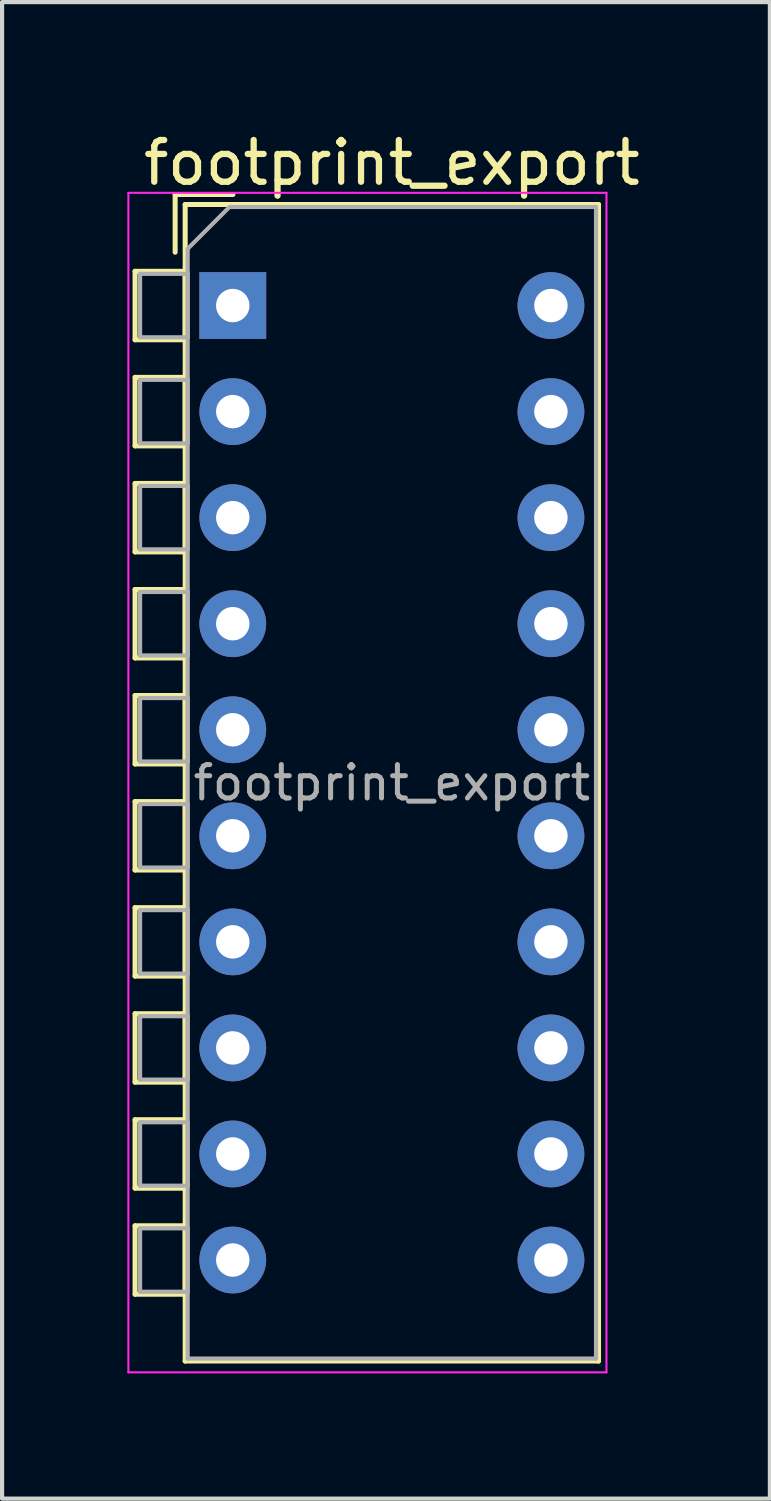
<source format=kicad_pcb>
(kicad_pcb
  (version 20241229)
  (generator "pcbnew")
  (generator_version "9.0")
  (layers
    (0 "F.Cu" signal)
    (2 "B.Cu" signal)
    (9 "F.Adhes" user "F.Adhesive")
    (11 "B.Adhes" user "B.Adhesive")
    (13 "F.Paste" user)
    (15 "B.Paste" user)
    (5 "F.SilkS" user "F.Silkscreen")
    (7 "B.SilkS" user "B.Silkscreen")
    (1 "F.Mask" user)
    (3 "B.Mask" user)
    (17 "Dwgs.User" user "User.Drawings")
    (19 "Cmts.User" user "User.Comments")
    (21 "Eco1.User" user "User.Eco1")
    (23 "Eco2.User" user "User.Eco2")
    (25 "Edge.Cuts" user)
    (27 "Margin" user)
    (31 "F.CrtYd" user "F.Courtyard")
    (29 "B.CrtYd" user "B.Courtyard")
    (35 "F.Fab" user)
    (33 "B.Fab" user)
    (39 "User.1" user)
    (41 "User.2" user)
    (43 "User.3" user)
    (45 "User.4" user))
  (footprint "footprint_export"
    (layer "F.Cu")
    (at 2.525 4.268)
    (property "Reference" "footprint_export" (at 3.81 -3.42 0) (layer "F.SilkS") (effects (font (size 1 1) (thickness 0.15))))
    (attr through_hole)
    (fp_line (start -2.34 -0.82) (end -2.34 0.82) (stroke (width 0.12) (type solid)) (layer "F.SilkS"))
    (fp_line (start -2.34 -0.82) (end -1.14 -0.82) (stroke (width 0.12) (type solid)) (layer "F.SilkS"))
    (fp_line (start -2.34 0.82) (end -1.14 0.82) (stroke (width 0.12) (type solid)) (layer "F.SilkS"))
    (fp_line (start -2.34 1.72) (end -2.34 3.361) (stroke (width 0.12) (type solid)) (layer "F.SilkS"))
    (fp_line (start -2.34 1.72) (end -1.14 1.72) (stroke (width 0.12) (type solid)) (layer "F.SilkS"))
    (fp_line (start -2.34 3.361) (end -1.14 3.361) (stroke (width 0.12) (type solid)) (layer "F.SilkS"))
    (fp_line (start -2.34 4.261) (end -2.34 5.9) (stroke (width 0.12) (type solid)) (layer "F.SilkS"))
    (fp_line (start -2.34 4.261) (end -1.14 4.261) (stroke (width 0.12) (type solid)) (layer "F.SilkS"))
    (fp_line (start -2.34 5.9) (end -1.14 5.9) (stroke (width 0.12) (type solid)) (layer "F.SilkS"))
    (fp_line (start -2.34 6.801) (end -2.34 8.441) (stroke (width 0.12) (type solid)) (layer "F.SilkS"))
    (fp_line (start -2.34 6.801) (end -1.14 6.801) (stroke (width 0.12) (type solid)) (layer "F.SilkS"))
    (fp_line (start -2.34 8.441) (end -1.14 8.441) (stroke (width 0.12) (type solid)) (layer "F.SilkS"))
    (fp_line (start -2.34 9.34) (end -2.34 10.98) (stroke (width 0.12) (type solid)) (layer "F.SilkS"))
    (fp_line (start -2.34 9.34) (end -1.14 9.34) (stroke (width 0.12) (type solid)) (layer "F.SilkS"))
    (fp_line (start -2.34 10.98) (end -1.14 10.98) (stroke (width 0.12) (type solid)) (layer "F.SilkS"))
    (fp_line (start -2.34 11.88) (end -2.34 13.52) (stroke (width 0.12) (type solid)) (layer "F.SilkS"))
    (fp_line (start -2.34 11.88) (end -1.14 11.88) (stroke (width 0.12) (type solid)) (layer "F.SilkS"))
    (fp_line (start -2.34 13.52) (end -1.14 13.52) (stroke (width 0.12) (type solid)) (layer "F.SilkS"))
    (fp_line (start -2.34 14.42) (end -2.34 16.06) (stroke (width 0.12) (type solid)) (layer "F.SilkS"))
    (fp_line (start -2.34 14.42) (end -1.14 14.42) (stroke (width 0.12) (type solid)) (layer "F.SilkS"))
    (fp_line (start -2.34 16.06) (end -1.14 16.06) (stroke (width 0.12) (type solid)) (layer "F.SilkS"))
    (fp_line (start -2.34 16.96) (end -2.34 18.6) (stroke (width 0.12) (type solid)) (layer "F.SilkS"))
    (fp_line (start -2.34 16.96) (end -1.14 16.96) (stroke (width 0.12) (type solid)) (layer "F.SilkS"))
    (fp_line (start -2.34 18.6) (end -1.14 18.6) (stroke (width 0.12) (type solid)) (layer "F.SilkS"))
    (fp_line (start -2.34 19.5) (end -2.34 21.14) (stroke (width 0.12) (type solid)) (layer "F.SilkS"))
    (fp_line (start -2.34 19.5) (end -1.14 19.5) (stroke (width 0.12) (type solid)) (layer "F.SilkS"))
    (fp_line (start -2.34 21.14) (end -1.14 21.14) (stroke (width 0.12) (type solid)) (layer "F.SilkS"))
    (fp_line (start -2.34 22.04) (end -2.34 23.68) (stroke (width 0.12) (type solid)) (layer "F.SilkS"))
    (fp_line (start -2.34 22.04) (end -1.14 22.04) (stroke (width 0.12) (type solid)) (layer "F.SilkS"))
    (fp_line (start -2.34 23.68) (end -1.14 23.68) (stroke (width 0.12) (type solid)) (layer "F.SilkS"))
    (fp_line (start -1.38 -2.66) (end -1.38 -1.277) (stroke (width 0.12) (type solid)) (layer "F.SilkS"))
    (fp_line (start -1.38 -2.66) (end 0.004 -2.66) (stroke (width 0.12) (type solid)) (layer "F.SilkS"))
    (fp_line (start -1.14 -2.42) (end -1.14 25.28) (stroke (width 0.12) (type solid)) (layer "F.SilkS"))
    (fp_line (start -1.14 -2.42) (end 8.76 -2.42) (stroke (width 0.12) (type solid)) (layer "F.SilkS"))
    (fp_line (start -1.14 -0.82) (end -1.14 0.82) (stroke (width 0.12) (type solid)) (layer "F.SilkS"))
    (fp_line (start -1.14 1.72) (end -1.14 3.361) (stroke (width 0.12) (type solid)) (layer "F.SilkS"))
    (fp_line (start -1.14 4.261) (end -1.14 5.9) (stroke (width 0.12) (type solid)) (layer "F.SilkS"))
    (fp_line (start -1.14 6.801) (end -1.14 8.441) (stroke (width 0.12) (type solid)) (layer "F.SilkS"))
    (fp_line (start -1.14 9.34) (end -1.14 10.98) (stroke (width 0.12) (type solid)) (layer "F.SilkS"))
    (fp_line (start -1.14 11.88) (end -1.14 13.52) (stroke (width 0.12) (type solid)) (layer "F.SilkS"))
    (fp_line (start -1.14 14.42) (end -1.14 16.06) (stroke (width 0.12) (type solid)) (layer "F.SilkS"))
    (fp_line (start -1.14 16.96) (end -1.14 18.6) (stroke (width 0.12) (type solid)) (layer "F.SilkS"))
    (fp_line (start -1.14 19.5) (end -1.14 21.14) (stroke (width 0.12) (type solid)) (layer "F.SilkS"))
    (fp_line (start -1.14 22.04) (end -1.14 23.68) (stroke (width 0.12) (type solid)) (layer "F.SilkS"))
    (fp_line (start -1.14 25.28) (end 8.76 25.28) (stroke (width 0.12) (type solid)) (layer "F.SilkS"))
    (fp_line (start 8.76 -2.42) (end 8.76 25.28) (stroke (width 0.12) (type solid)) (layer "F.SilkS"))
    (fp_line (start -2.5 -2.7) (end -2.5 25.55) (stroke (width 0.05) (type solid)) (layer "F.CrtYd"))
    (fp_line (start -2.5 25.55) (end 8.95 25.55) (stroke (width 0.05) (type solid)) (layer "F.CrtYd"))
    (fp_line (start 8.95 -2.7) (end -2.5 -2.7) (stroke (width 0.05) (type solid)) (layer "F.CrtYd"))
    (fp_line (start 8.95 25.55) (end 8.95 -2.7) (stroke (width 0.05) (type solid)) (layer "F.CrtYd"))
    (fp_line (start -2.22 -0.76) (end -1.08 -0.76) (stroke (width 0.1) (type solid)) (layer "F.Fab"))
    (fp_line (start -2.22 0.76) (end -2.22 -0.76) (stroke (width 0.1) (type solid)) (layer "F.Fab"))
    (fp_line (start -2.22 1.78) (end -1.08 1.78) (stroke (width 0.1) (type solid)) (layer "F.Fab"))
    (fp_line (start -2.22 3.3) (end -2.22 1.78) (stroke (width 0.1) (type solid)) (layer "F.Fab"))
    (fp_line (start -2.22 4.32) (end -1.08 4.32) (stroke (width 0.1) (type solid)) (layer "F.Fab"))
    (fp_line (start -2.22 5.84) (end -2.22 4.32) (stroke (width 0.1) (type solid)) (layer "F.Fab"))
    (fp_line (start -2.22 6.86) (end -1.08 6.86) (stroke (width 0.1) (type solid)) (layer "F.Fab"))
    (fp_line (start -2.22 8.38) (end -2.22 6.86) (stroke (width 0.1) (type solid)) (layer "F.Fab"))
    (fp_line (start -2.22 9.4) (end -1.08 9.4) (stroke (width 0.1) (type solid)) (layer "F.Fab"))
    (fp_line (start -2.22 10.92) (end -2.22 9.4) (stroke (width 0.1) (type solid)) (layer "F.Fab"))
    (fp_line (start -2.22 11.94) (end -1.08 11.94) (stroke (width 0.1) (type solid)) (layer "F.Fab"))
    (fp_line (start -2.22 13.46) (end -2.22 11.94) (stroke (width 0.1) (type solid)) (layer "F.Fab"))
    (fp_line (start -2.22 14.48) (end -1.08 14.48) (stroke (width 0.1) (type solid)) (layer "F.Fab"))
    (fp_line (start -2.22 16) (end -2.22 14.48) (stroke (width 0.1) (type solid)) (layer "F.Fab"))
    (fp_line (start -2.22 17.02) (end -1.08 17.02) (stroke (width 0.1) (type solid)) (layer "F.Fab"))
    (fp_line (start -2.22 18.54) (end -2.22 17.02) (stroke (width 0.1) (type solid)) (layer "F.Fab"))
    (fp_line (start -2.22 19.56) (end -1.08 19.56) (stroke (width 0.1) (type solid)) (layer "F.Fab"))
    (fp_line (start -2.22 21.08) (end -2.22 19.56) (stroke (width 0.1) (type solid)) (layer "F.Fab"))
    (fp_line (start -2.22 22.1) (end -1.08 22.1) (stroke (width 0.1) (type solid)) (layer "F.Fab"))
    (fp_line (start -2.22 23.62) (end -2.22 22.1) (stroke (width 0.1) (type solid)) (layer "F.Fab"))
    (fp_line (start -1.08 -1.36) (end -0.08 -2.36) (stroke (width 0.1) (type solid)) (layer "F.Fab"))
    (fp_line (start -1.08 -0.76) (end -1.08 0.76) (stroke (width 0.1) (type solid)) (layer "F.Fab"))
    (fp_line (start -1.08 0.76) (end -2.22 0.76) (stroke (width 0.1) (type solid)) (layer "F.Fab"))
    (fp_line (start -1.08 1.78) (end -1.08 3.3) (stroke (width 0.1) (type solid)) (layer "F.Fab"))
    (fp_line (start -1.08 3.3) (end -2.22 3.3) (stroke (width 0.1) (type solid)) (layer "F.Fab"))
    (fp_line (start -1.08 4.32) (end -1.08 5.84) (stroke (width 0.1) (type solid)) (layer "F.Fab"))
    (fp_line (start -1.08 5.84) (end -2.22 5.84) (stroke (width 0.1) (type solid)) (layer "F.Fab"))
    (fp_line (start -1.08 6.86) (end -1.08 8.38) (stroke (width 0.1) (type solid)) (layer "F.Fab"))
    (fp_line (start -1.08 8.38) (end -2.22 8.38) (stroke (width 0.1) (type solid)) (layer "F.Fab"))
    (fp_line (start -1.08 9.4) (end -1.08 10.92) (stroke (width 0.1) (type solid)) (layer "F.Fab"))
    (fp_line (start -1.08 10.92) (end -2.22 10.92) (stroke (width 0.1) (type solid)) (layer "F.Fab"))
    (fp_line (start -1.08 11.94) (end -1.08 13.46) (stroke (width 0.1) (type solid)) (layer "F.Fab"))
    (fp_line (start -1.08 13.46) (end -2.22 13.46) (stroke (width 0.1) (type solid)) (layer "F.Fab"))
    (fp_line (start -1.08 14.48) (end -1.08 16) (stroke (width 0.1) (type solid)) (layer "F.Fab"))
    (fp_line (start -1.08 16) (end -2.22 16) (stroke (width 0.1) (type solid)) (layer "F.Fab"))
    (fp_line (start -1.08 17.02) (end -1.08 18.54) (stroke (width 0.1) (type solid)) (layer "F.Fab"))
    (fp_line (start -1.08 18.54) (end -2.22 18.54) (stroke (width 0.1) (type solid)) (layer "F.Fab"))
    (fp_line (start -1.08 19.56) (end -1.08 21.08) (stroke (width 0.1) (type solid)) (layer "F.Fab"))
    (fp_line (start -1.08 21.08) (end -2.22 21.08) (stroke (width 0.1) (type solid)) (layer "F.Fab"))
    (fp_line (start -1.08 22.1) (end -1.08 23.62) (stroke (width 0.1) (type solid)) (layer "F.Fab"))
    (fp_line (start -1.08 23.62) (end -2.22 23.62) (stroke (width 0.1) (type solid)) (layer "F.Fab"))
    (fp_line (start -1.08 25.22) (end -1.08 -1.36) (stroke (width 0.1) (type solid)) (layer "F.Fab"))
    (fp_line (start -0.08 -2.36) (end 8.7 -2.36) (stroke (width 0.1) (type solid)) (layer "F.Fab"))
    (fp_line (start 8.7 -2.36) (end 8.7 25.22) (stroke (width 0.1) (type solid)) (layer "F.Fab"))
    (fp_line (start 8.7 25.22) (end -1.08 25.22) (stroke (width 0.1) (type solid)) (layer "F.Fab"))
    (fp_text user "${REFERENCE}" (at 3.81 11.43 0) (layer "F.Fab") (effects (font (size 0.8 0.8) (thickness 0.12))))
    (pad "1" thru_hole rect (at 0 0) (size 1.6 1.6) (drill 0.8) (layers "*.Cu" "*.Mask"))
    (pad "2" thru_hole oval (at 0 2.54) (size 1.6 1.6) (drill 0.8) (layers "*.Cu" "*.Mask"))
    (pad "3" thru_hole oval (at 0 5.08) (size 1.6 1.6) (drill 0.8) (layers "*.Cu" "*.Mask"))
    (pad "4" thru_hole oval (at 0 7.62) (size 1.6 1.6) (drill 0.8) (layers "*.Cu" "*.Mask"))
    (pad "5" thru_hole oval (at 0 10.16) (size 1.6 1.6) (drill 0.8) (layers "*.Cu" "*.Mask"))
    (pad "6" thru_hole oval (at 0 12.7) (size 1.6 1.6) (drill 0.8) (layers "*.Cu" "*.Mask"))
    (pad "7" thru_hole oval (at 0 15.24) (size 1.6 1.6) (drill 0.8) (layers "*.Cu" "*.Mask"))
    (pad "8" thru_hole oval (at 0 17.78) (size 1.6 1.6) (drill 0.8) (layers "*.Cu" "*.Mask"))
    (pad "9" thru_hole oval (at 0 20.32) (size 1.6 1.6) (drill 0.8) (layers "*.Cu" "*.Mask"))
    (pad "10" thru_hole oval (at 0 22.86) (size 1.6 1.6) (drill 0.8) (layers "*.Cu" "*.Mask"))
    (pad "11" thru_hole oval (at 7.62 22.86) (size 1.6 1.6) (drill 0.8) (layers "*.Cu" "*.Mask"))
    (pad "12" thru_hole oval (at 7.62 20.32) (size 1.6 1.6) (drill 0.8) (layers "*.Cu" "*.Mask"))
    (pad "13" thru_hole oval (at 7.62 17.78) (size 1.6 1.6) (drill 0.8) (layers "*.Cu" "*.Mask"))
    (pad "14" thru_hole oval (at 7.62 15.24) (size 1.6 1.6) (drill 0.8) (layers "*.Cu" "*.Mask"))
    (pad "15" thru_hole oval (at 7.62 12.7) (size 1.6 1.6) (drill 0.8) (layers "*.Cu" "*.Mask"))
    (pad "16" thru_hole oval (at 7.62 10.16) (size 1.6 1.6) (drill 0.8) (layers "*.Cu" "*.Mask"))
    (pad "17" thru_hole oval (at 7.62 7.62) (size 1.6 1.6) (drill 0.8) (layers "*.Cu" "*.Mask"))
    (pad "18" thru_hole oval (at 7.62 5.08) (size 1.6 1.6) (drill 0.8) (layers "*.Cu" "*.Mask"))
    (pad "19" thru_hole oval (at 7.62 2.54) (size 1.6 1.6) (drill 0.8) (layers "*.Cu" "*.Mask"))
    (pad "20" thru_hole oval (at 7.62 0) (size 1.6 1.6) (drill 0.8) (layers "*.Cu" "*.Mask")))
  (gr_rect
    (start -3 -3)
    (end 15.389 32.843)
    (stroke (width 0.1) (type default))
    (fill no)
    (layer "Edge.Cuts")))
</source>
